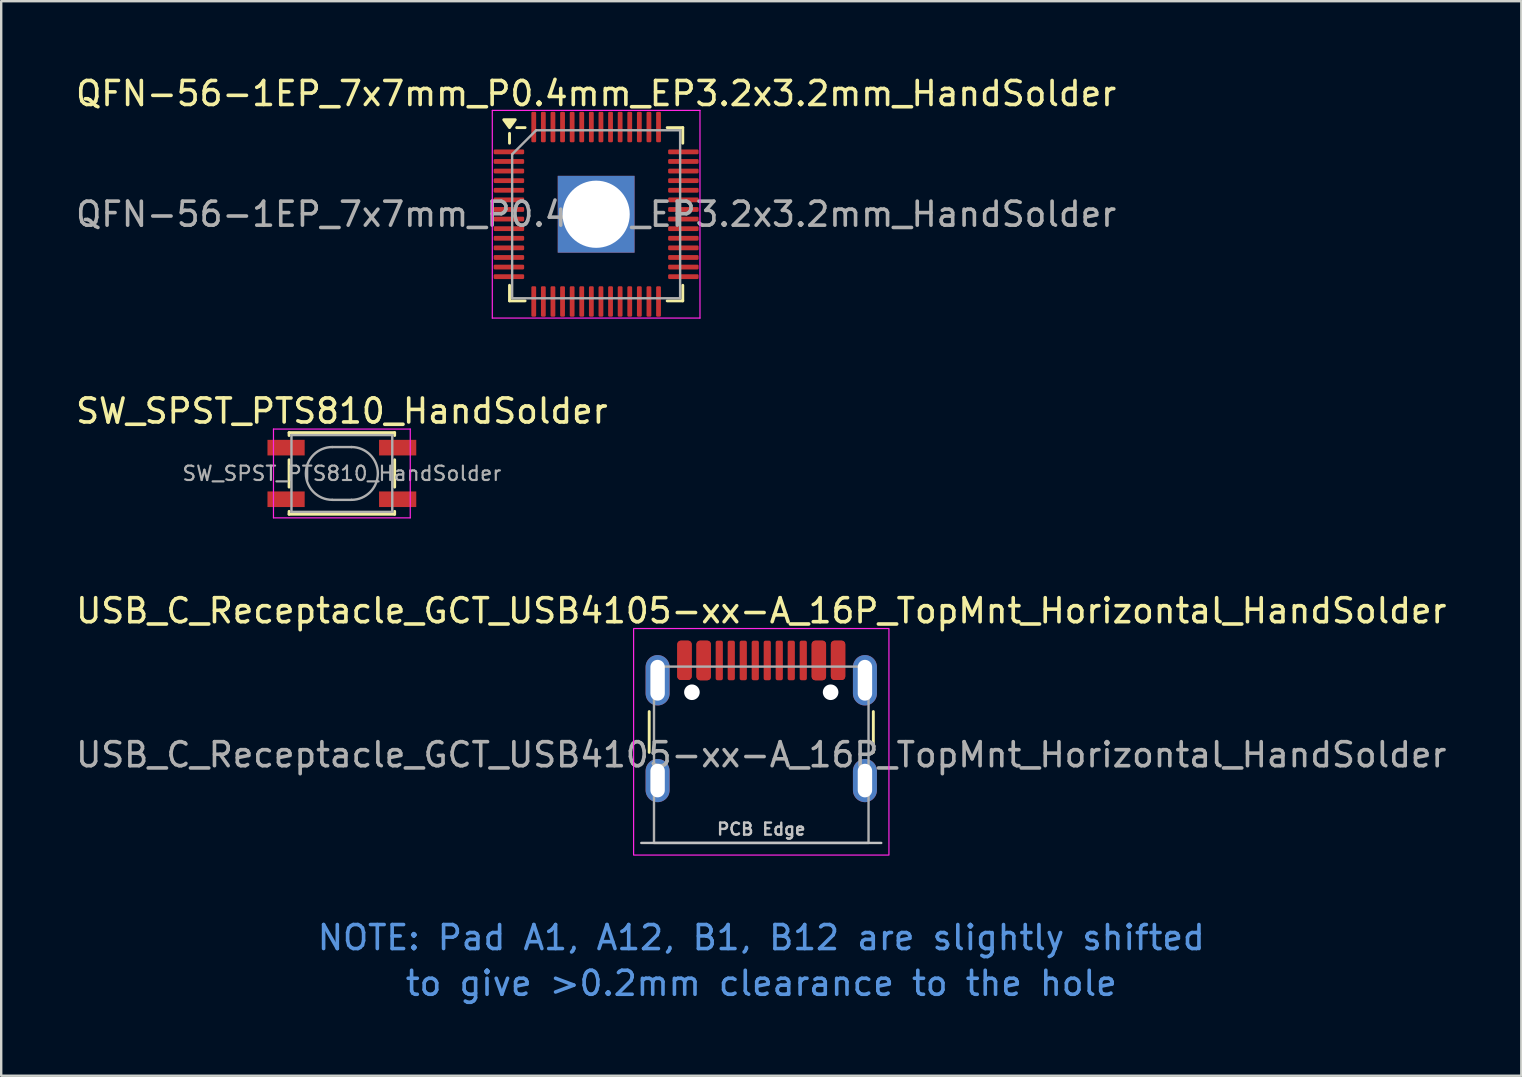
<source format=kicad_pcb>
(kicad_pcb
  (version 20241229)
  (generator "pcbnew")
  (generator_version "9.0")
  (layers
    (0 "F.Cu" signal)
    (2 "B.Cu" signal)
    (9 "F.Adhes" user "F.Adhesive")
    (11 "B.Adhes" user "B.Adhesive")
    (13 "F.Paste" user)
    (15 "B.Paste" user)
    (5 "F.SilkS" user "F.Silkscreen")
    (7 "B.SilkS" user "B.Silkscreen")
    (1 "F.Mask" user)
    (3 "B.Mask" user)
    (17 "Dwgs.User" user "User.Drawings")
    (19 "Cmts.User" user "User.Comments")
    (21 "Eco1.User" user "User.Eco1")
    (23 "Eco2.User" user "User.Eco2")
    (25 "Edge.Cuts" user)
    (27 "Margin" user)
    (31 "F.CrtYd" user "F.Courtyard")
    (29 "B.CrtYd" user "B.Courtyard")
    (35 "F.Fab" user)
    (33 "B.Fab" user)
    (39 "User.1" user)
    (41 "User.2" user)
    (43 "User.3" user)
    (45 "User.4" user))
  (footprint "USB_C_Receptacle_GCT_USB4105-xx-A_16P_TopMnt_Horizontal_HandSolder"
    (layer "F.Cu")
    (at 28.673 28.402)
    (property "Reference" "USB_C_Receptacle_GCT_USB4105-xx-A_16P_TopMnt_Horizontal_HandSolder" (at 0 -6 0) (unlocked yes) (layer "F.SilkS") (effects (font (size 1 1) (thickness 0.15))))
    (attr smd)
    (fp_line (start -4.67 -0.1) (end -4.67 -1.8) (stroke (width 0.12) (type solid)) (layer "F.SilkS"))
    (fp_line (start 4.67 -0.1) (end 4.67 -1.8) (stroke (width 0.12) (type solid)) (layer "F.SilkS"))
    (fp_line (start 5 3.675) (end -5 3.675) (stroke (width 0.1) (type solid)) (layer "Dwgs.User"))
    (fp_rect (start -5.32 -5.26) (end 5.32 4.18) (stroke (width 0.05) (type solid)) (fill no) (layer "F.CrtYd"))
    (fp_rect (start -4.47 -3.675) (end 4.47 3.675) (stroke (width 0.1) (type solid)) (fill no) (layer "F.Fab"))
    (fp_text user "PCB Edge" (at 0 3.1 0) (unlocked yes) (layer "Dwgs.User") (effects (font (size 0.5 0.5) (thickness 0.1))))
    (fp_text user "to give >0.2mm clearance to the hole" (at 0 9.525 0) (unlocked yes) (layer "Cmts.User") (effects (font (size 1 1) (thickness 0.15))))
    (fp_text user "NOTE: Pad A1, A12, B1, B12 are slightly shifted" (at 0 7.62 0) (unlocked yes) (layer "Cmts.User") (effects (font (size 1 1) (thickness 0.15))))
    (fp_text user "${REFERENCE}" (at 0 0 0) (unlocked yes) (layer "F.Fab") (effects (font (size 1 1) (thickness 0.15))))
    (pad "" np_thru_hole circle (at -2.89 -2.605) (size 0.65 0.65) (drill 0.65) (layers "*.Cu" "*.Mask"))
    (pad "" np_thru_hole circle (at 2.89 -2.605) (size 0.65 0.65) (drill 0.65) (layers "*.Cu" "*.Mask"))
    (pad "A1" smd roundrect (at -3.2 -3.935) (size 0.6 1.64) (layers "F.Cu" "F.Mask" "F.Paste") (roundrect_rratio 0.25))
    (pad "A4" smd roundrect (at -2.4 -3.93) (size 0.6 1.65) (layers "F.Cu" "F.Mask" "F.Paste") (roundrect_rratio 0.25))
    (pad "A5" smd roundrect (at -1.25 -3.93) (size 0.3 1.65) (layers "F.Cu" "F.Mask" "F.Paste") (roundrect_rratio 0.25))
    (pad "A6" smd roundrect (at -0.25 -3.93) (size 0.3 1.65) (layers "F.Cu" "F.Mask" "F.Paste") (roundrect_rratio 0.25))
    (pad "A7" smd roundrect (at 0.25 -3.93) (size 0.3 1.65) (layers "F.Cu" "F.Mask" "F.Paste") (roundrect_rratio 0.25))
    (pad "A8" smd roundrect (at 1.25 -3.93) (size 0.3 1.65) (layers "F.Cu" "F.Mask" "F.Paste") (roundrect_rratio 0.25))
    (pad "A9" smd roundrect (at 2.4 -3.93) (size 0.6 1.65) (layers "F.Cu" "F.Mask" "F.Paste") (roundrect_rratio 0.25))
    (pad "A12" smd roundrect (at 3.2 -3.935) (size 0.6 1.64) (layers "F.Cu" "F.Mask" "F.Paste") (roundrect_rratio 0.25))
    (pad "B1" smd roundrect (at 3.2 -3.935) (size 0.6 1.64) (layers "F.Cu" "F.Mask" "F.Paste") (roundrect_rratio 0.25))
    (pad "B4" smd roundrect (at 2.4 -3.93) (size 0.6 1.65) (layers "F.Cu" "F.Mask" "F.Paste") (roundrect_rratio 0.25))
    (pad "B5" smd roundrect (at 1.75 -3.93) (size 0.3 1.65) (layers "F.Cu" "F.Mask" "F.Paste") (roundrect_rratio 0.25))
    (pad "B6" smd roundrect (at 0.75 -3.93) (size 0.3 1.65) (layers "F.Cu" "F.Mask" "F.Paste") (roundrect_rratio 0.25))
    (pad "B7" smd roundrect (at -0.75 -3.93) (size 0.3 1.65) (layers "F.Cu" "F.Mask" "F.Paste") (roundrect_rratio 0.25))
    (pad "B8" smd roundrect (at -1.75 -3.93) (size 0.3 1.65) (layers "F.Cu" "F.Mask" "F.Paste") (roundrect_rratio 0.25))
    (pad "B9" smd roundrect (at -2.4 -3.93) (size 0.6 1.65) (layers "F.Cu" "F.Mask" "F.Paste") (roundrect_rratio 0.25))
    (pad "B12" smd roundrect (at -3.2 -3.935) (size 0.6 1.64) (layers "F.Cu" "F.Mask" "F.Paste") (roundrect_rratio 0.25))
    (pad "S1" thru_hole oval (at -4.32 -3.105) (size 1 2.1) (drill oval 0.6 1.7) (layers "*.Cu" "*.Mask"))
    (pad "S1" thru_hole oval (at -4.32 1.075) (size 1 1.8) (drill oval 0.6 1.4) (layers "*.Cu" "*.Mask"))
    (pad "S1" thru_hole oval (at 4.32 -3.105) (size 1 2.1) (drill oval 0.6 1.7) (layers "*.Cu" "*.Mask"))
    (pad "S1" thru_hole oval (at 4.32 1.075) (size 1 1.8) (drill oval 0.6 1.4) (layers "*.Cu" "*.Mask")))
  (footprint "SW_SPST_PTS810_HandSolder"
    (layer "F.Cu")
    (at 11.196 16.679)
    (property "Reference" "SW_SPST_PTS810_HandSolder" (at 0 -2.6 0) (layer "F.SilkS") (effects (font (size 1 1) (thickness 0.15))))
    (attr smd)
    (fp_line (start -2.2 -1.7) (end -2.2 -1.58) (stroke (width 0.12) (type solid)) (layer "F.SilkS"))
    (fp_line (start -2.2 -0.57) (end -2.2 0.57) (stroke (width 0.12) (type solid)) (layer "F.SilkS"))
    (fp_line (start -2.2 1.58) (end -2.2 1.7) (stroke (width 0.12) (type solid)) (layer "F.SilkS"))
    (fp_line (start -2.2 1.7) (end 2.2 1.7) (stroke (width 0.12) (type solid)) (layer "F.SilkS"))
    (fp_line (start 2.2 -1.7) (end -2.2 -1.7) (stroke (width 0.12) (type solid)) (layer "F.SilkS"))
    (fp_line (start 2.2 -1.58) (end 2.2 -1.7) (stroke (width 0.12) (type solid)) (layer "F.SilkS"))
    (fp_line (start 2.2 0.57) (end 2.2 -0.57) (stroke (width 0.12) (type solid)) (layer "F.SilkS"))
    (fp_line (start 2.2 1.7) (end 2.2 1.58) (stroke (width 0.12) (type solid)) (layer "F.SilkS"))
    (fp_line (start -2.85 -1.85) (end 2.85 -1.85) (stroke (width 0.05) (type solid)) (layer "F.CrtYd"))
    (fp_line (start -2.85 1.85) (end -2.85 -1.85) (stroke (width 0.05) (type solid)) (layer "F.CrtYd"))
    (fp_line (start 2.85 -1.85) (end 2.85 1.85) (stroke (width 0.05) (type solid)) (layer "F.CrtYd"))
    (fp_line (start 2.85 1.85) (end -2.85 1.85) (stroke (width 0.05) (type solid)) (layer "F.CrtYd"))
    (fp_line (start -2.1 -1.6) (end -2.1 1.6) (stroke (width 0.1) (type solid)) (layer "F.Fab"))
    (fp_line (start -2.1 1.6) (end 2.1 1.6) (stroke (width 0.1) (type solid)) (layer "F.Fab"))
    (fp_line (start -0.4 -1.1) (end 0.4 -1.1) (stroke (width 0.1) (type solid)) (layer "F.Fab"))
    (fp_line (start 0.4 1.1) (end -0.4 1.1) (stroke (width 0.1) (type solid)) (layer "F.Fab"))
    (fp_line (start 2.1 -1.6) (end -2.1 -1.6) (stroke (width 0.1) (type solid)) (layer "F.Fab"))
    (fp_line (start 2.1 1.6) (end 2.1 -1.6) (stroke (width 0.1) (type solid)) (layer "F.Fab"))
    (fp_arc (start -0.4 1.1) (mid -1.5 0) (end -0.4 -1.1) (stroke (width 0.1) (type solid)) (layer "F.Fab"))
    (fp_arc (start 0.4 -1.1) (mid 1.5 0) (end 0.4 1.1) (stroke (width 0.1) (type solid)) (layer "F.Fab"))
    (fp_text user "${REFERENCE}" (at 0 0 0) (layer "F.Fab") (effects (font (size 0.6 0.6) (thickness 0.09))))
    (pad "1" smd rect (at -2.325 -1.075) (size 1.55 0.65) (layers "F.Cu" "F.Mask" "F.Paste"))
    (pad "1" smd rect (at 2.325 -1.075) (size 1.55 0.65) (layers "F.Cu" "F.Mask" "F.Paste"))
    (pad "2" smd rect (at -2.325 1.075) (size 1.55 0.65) (layers "F.Cu" "F.Mask" "F.Paste"))
    (pad "2" smd rect (at 2.325 1.075) (size 1.55 0.65) (layers "F.Cu" "F.Mask" "F.Paste")))
  (footprint "QFN-56-1EP_7x7mm_P0.4mm_EP3.2x3.2mm_HandSolder"
    (layer "F.Cu")
    (at 21.792 5.878)
    (property "Reference" "QFN-56-1EP_7x7mm_P0.4mm_EP3.2x3.2mm_HandSolder" (at 0 -5.03 0) (layer "F.SilkS") (effects (font (size 1 1) (thickness 0.15))))
    (attr smd)
    (fp_line (start -3.61 -2.96) (end -3.61 -3.37) (stroke (width 0.12) (type solid)) (layer "F.SilkS"))
    (fp_line (start -3.61 3.61) (end -3.61 2.96) (stroke (width 0.12) (type solid)) (layer "F.SilkS"))
    (fp_line (start -2.96 -3.61) (end -3.31 -3.61) (stroke (width 0.12) (type solid)) (layer "F.SilkS"))
    (fp_line (start -2.96 3.61) (end -3.61 3.61) (stroke (width 0.12) (type solid)) (layer "F.SilkS"))
    (fp_line (start 2.96 -3.61) (end 3.61 -3.61) (stroke (width 0.12) (type solid)) (layer "F.SilkS"))
    (fp_line (start 2.96 3.61) (end 3.61 3.61) (stroke (width 0.12) (type solid)) (layer "F.SilkS"))
    (fp_line (start 3.61 -3.61) (end 3.61 -2.96) (stroke (width 0.12) (type solid)) (layer "F.SilkS"))
    (fp_line (start 3.61 3.61) (end 3.61 2.96) (stroke (width 0.12) (type solid)) (layer "F.SilkS"))
    (fp_poly (pts (xy -3.61 -3.61) (xy -3.85 -3.94) (xy -3.37 -3.94) (xy -3.61 -3.61)) (stroke (width 0.12) (type solid)) (fill yes) (layer "F.SilkS"))
    (fp_line (start -4.327 -4.327) (end -4.327 4.327) (stroke (width 0.05) (type solid)) (layer "F.CrtYd"))
    (fp_line (start -4.327 4.327) (end 4.327 4.327) (stroke (width 0.05) (type solid)) (layer "F.CrtYd"))
    (fp_line (start 4.327 -4.327) (end -4.327 -4.327) (stroke (width 0.05) (type solid)) (layer "F.CrtYd"))
    (fp_line (start 4.327 4.327) (end 4.327 -4.327) (stroke (width 0.05) (type solid)) (layer "F.CrtYd"))
    (fp_line (start -3.5 -2.5) (end -2.5 -3.5) (stroke (width 0.1) (type solid)) (layer "F.Fab"))
    (fp_line (start -3.5 3.5) (end -3.5 -2.5) (stroke (width 0.1) (type solid)) (layer "F.Fab"))
    (fp_line (start -2.5 -3.5) (end 3.5 -3.5) (stroke (width 0.1) (type solid)) (layer "F.Fab"))
    (fp_line (start 3.5 -3.5) (end 3.5 3.5) (stroke (width 0.1) (type solid)) (layer "F.Fab"))
    (fp_line (start 3.5 3.5) (end -3.5 3.5) (stroke (width 0.1) (type solid)) (layer "F.Fab"))
    (fp_text user "${REFERENCE}" (at 0 0 0) (layer "F.Fab") (effects (font (size 1 1) (thickness 0.15))))
    (pad "1" smd roundrect (at -3.635 -2.6) (size 1.27 0.2) (layers "F.Cu" "F.Mask" "F.Paste") (roundrect_rratio 0.25))
    (pad "2" smd roundrect (at -3.635 -2.2) (size 1.27 0.2) (layers "F.Cu" "F.Mask" "F.Paste") (roundrect_rratio 0.25))
    (pad "3" smd roundrect (at -3.635 -1.8) (size 1.27 0.2) (layers "F.Cu" "F.Mask" "F.Paste") (roundrect_rratio 0.25))
    (pad "4" smd roundrect (at -3.635 -1.4) (size 1.27 0.2) (layers "F.Cu" "F.Mask" "F.Paste") (roundrect_rratio 0.25))
    (pad "5" smd roundrect (at -3.635 -1) (size 1.27 0.2) (layers "F.Cu" "F.Mask" "F.Paste") (roundrect_rratio 0.25))
    (pad "6" smd roundrect (at -3.635 -0.6) (size 1.27 0.2) (layers "F.Cu" "F.Mask" "F.Paste") (roundrect_rratio 0.25))
    (pad "7" smd roundrect (at -3.635 -0.2) (size 1.27 0.2) (layers "F.Cu" "F.Mask" "F.Paste") (roundrect_rratio 0.25))
    (pad "8" smd roundrect (at -3.635 0.2) (size 1.27 0.2) (layers "F.Cu" "F.Mask" "F.Paste") (roundrect_rratio 0.25))
    (pad "9" smd roundrect (at -3.635 0.6) (size 1.27 0.2) (layers "F.Cu" "F.Mask" "F.Paste") (roundrect_rratio 0.25))
    (pad "10" smd roundrect (at -3.635 1) (size 1.27 0.2) (layers "F.Cu" "F.Mask" "F.Paste") (roundrect_rratio 0.25))
    (pad "11" smd roundrect (at -3.635 1.4) (size 1.27 0.2) (layers "F.Cu" "F.Mask" "F.Paste") (roundrect_rratio 0.25))
    (pad "12" smd roundrect (at -3.635 1.8) (size 1.27 0.2) (layers "F.Cu" "F.Mask" "F.Paste") (roundrect_rratio 0.25))
    (pad "13" smd roundrect (at -3.635 2.2) (size 1.27 0.2) (layers "F.Cu" "F.Mask" "F.Paste") (roundrect_rratio 0.25))
    (pad "14" smd roundrect (at -3.635 2.6) (size 1.27 0.2) (layers "F.Cu" "F.Mask" "F.Paste") (roundrect_rratio 0.25))
    (pad "15" smd roundrect (at -2.6 3.635) (size 0.2 1.27) (layers "F.Cu" "F.Mask" "F.Paste") (roundrect_rratio 0.25))
    (pad "16" smd roundrect (at -2.2 3.635) (size 0.2 1.27) (layers "F.Cu" "F.Mask" "F.Paste") (roundrect_rratio 0.25))
    (pad "17" smd roundrect (at -1.8 3.635) (size 0.2 1.27) (layers "F.Cu" "F.Mask" "F.Paste") (roundrect_rratio 0.25))
    (pad "18" smd roundrect (at -1.4 3.635) (size 0.2 1.27) (layers "F.Cu" "F.Mask" "F.Paste") (roundrect_rratio 0.25))
    (pad "19" smd roundrect (at -1 3.635) (size 0.2 1.27) (layers "F.Cu" "F.Mask" "F.Paste") (roundrect_rratio 0.25))
    (pad "20" smd roundrect (at -0.6 3.635) (size 0.2 1.27) (layers "F.Cu" "F.Mask" "F.Paste") (roundrect_rratio 0.25))
    (pad "21" smd roundrect (at -0.2 3.635) (size 0.2 1.27) (layers "F.Cu" "F.Mask" "F.Paste") (roundrect_rratio 0.25))
    (pad "22" smd roundrect (at 0.2 3.635) (size 0.2 1.27) (layers "F.Cu" "F.Mask" "F.Paste") (roundrect_rratio 0.25))
    (pad "23" smd roundrect (at 0.6 3.635) (size 0.2 1.27) (layers "F.Cu" "F.Mask" "F.Paste") (roundrect_rratio 0.25))
    (pad "24" smd roundrect (at 1 3.635) (size 0.2 1.27) (layers "F.Cu" "F.Mask" "F.Paste") (roundrect_rratio 0.25))
    (pad "25" smd roundrect (at 1.4 3.635) (size 0.2 1.27) (layers "F.Cu" "F.Mask" "F.Paste") (roundrect_rratio 0.25))
    (pad "26" smd roundrect (at 1.8 3.635) (size 0.2 1.27) (layers "F.Cu" "F.Mask" "F.Paste") (roundrect_rratio 0.25))
    (pad "27" smd roundrect (at 2.2 3.635) (size 0.2 1.27) (layers "F.Cu" "F.Mask" "F.Paste") (roundrect_rratio 0.25))
    (pad "28" smd roundrect (at 2.6 3.635) (size 0.2 1.27) (layers "F.Cu" "F.Mask" "F.Paste") (roundrect_rratio 0.25))
    (pad "29" smd roundrect (at 3.635 2.6) (size 1.27 0.2) (layers "F.Cu" "F.Mask" "F.Paste") (roundrect_rratio 0.25))
    (pad "30" smd roundrect (at 3.635 2.2) (size 1.27 0.2) (layers "F.Cu" "F.Mask" "F.Paste") (roundrect_rratio 0.25))
    (pad "31" smd roundrect (at 3.635 1.8) (size 1.27 0.2) (layers "F.Cu" "F.Mask" "F.Paste") (roundrect_rratio 0.25))
    (pad "32" smd roundrect (at 3.635 1.4) (size 1.27 0.2) (layers "F.Cu" "F.Mask" "F.Paste") (roundrect_rratio 0.25))
    (pad "33" smd roundrect (at 3.635 1) (size 1.27 0.2) (layers "F.Cu" "F.Mask" "F.Paste") (roundrect_rratio 0.25))
    (pad "34" smd roundrect (at 3.635 0.6) (size 1.27 0.2) (layers "F.Cu" "F.Mask" "F.Paste") (roundrect_rratio 0.25))
    (pad "35" smd roundrect (at 3.635 0.2) (size 1.27 0.2) (layers "F.Cu" "F.Mask" "F.Paste") (roundrect_rratio 0.25))
    (pad "36" smd roundrect (at 3.635 -0.2) (size 1.27 0.2) (layers "F.Cu" "F.Mask" "F.Paste") (roundrect_rratio 0.25))
    (pad "37" smd roundrect (at 3.635 -0.6) (size 1.27 0.2) (layers "F.Cu" "F.Mask" "F.Paste") (roundrect_rratio 0.25))
    (pad "38" smd roundrect (at 3.635 -1) (size 1.27 0.2) (layers "F.Cu" "F.Mask" "F.Paste") (roundrect_rratio 0.25))
    (pad "39" smd roundrect (at 3.635 -1.4) (size 1.27 0.2) (layers "F.Cu" "F.Mask" "F.Paste") (roundrect_rratio 0.25))
    (pad "40" smd roundrect (at 3.635 -1.8) (size 1.27 0.2) (layers "F.Cu" "F.Mask" "F.Paste") (roundrect_rratio 0.25))
    (pad "41" smd roundrect (at 3.635 -2.2) (size 1.27 0.2) (layers "F.Cu" "F.Mask" "F.Paste") (roundrect_rratio 0.25))
    (pad "42" smd roundrect (at 3.635 -2.6) (size 1.27 0.2) (layers "F.Cu" "F.Mask" "F.Paste") (roundrect_rratio 0.25))
    (pad "43" smd roundrect (at 2.6 -3.635) (size 0.2 1.27) (layers "F.Cu" "F.Mask" "F.Paste") (roundrect_rratio 0.25))
    (pad "44" smd roundrect (at 2.2 -3.635) (size 0.2 1.27) (layers "F.Cu" "F.Mask" "F.Paste") (roundrect_rratio 0.25))
    (pad "45" smd roundrect (at 1.8 -3.635) (size 0.2 1.27) (layers "F.Cu" "F.Mask" "F.Paste") (roundrect_rratio 0.25))
    (pad "46" smd roundrect (at 1.4 -3.635) (size 0.2 1.27) (layers "F.Cu" "F.Mask" "F.Paste") (roundrect_rratio 0.25))
    (pad "47" smd roundrect (at 1 -3.635) (size 0.2 1.27) (layers "F.Cu" "F.Mask" "F.Paste") (roundrect_rratio 0.25))
    (pad "48" smd roundrect (at 0.6 -3.635) (size 0.2 1.27) (layers "F.Cu" "F.Mask" "F.Paste") (roundrect_rratio 0.25))
    (pad "49" smd roundrect (at 0.2 -3.635) (size 0.2 1.27) (layers "F.Cu" "F.Mask" "F.Paste") (roundrect_rratio 0.25))
    (pad "50" smd roundrect (at -0.2 -3.635) (size 0.2 1.27) (layers "F.Cu" "F.Mask" "F.Paste") (roundrect_rratio 0.25))
    (pad "51" smd roundrect (at -0.6 -3.635) (size 0.2 1.27) (layers "F.Cu" "F.Mask" "F.Paste") (roundrect_rratio 0.25))
    (pad "52" smd roundrect (at -1 -3.635) (size 0.2 1.27) (layers "F.Cu" "F.Mask" "F.Paste") (roundrect_rratio 0.25))
    (pad "53" smd roundrect (at -1.4 -3.635) (size 0.2 1.27) (layers "F.Cu" "F.Mask" "F.Paste") (roundrect_rratio 0.25))
    (pad "54" smd roundrect (at -1.8 -3.635) (size 0.2 1.27) (layers "F.Cu" "F.Mask" "F.Paste") (roundrect_rratio 0.25))
    (pad "55" smd roundrect (at -2.2 -3.635) (size 0.2 1.27) (layers "F.Cu" "F.Mask" "F.Paste") (roundrect_rratio 0.25))
    (pad "56" smd roundrect (at -2.6 -3.635) (size 0.2 1.27) (layers "F.Cu" "F.Mask" "F.Paste") (roundrect_rratio 0.25))
    (pad "57" thru_hole rect (at 0 0) (size 3.2 3.2) (drill 2.8) (property pad_prop_heatsink) (layers "*.Cu" "*.Mask")))
  (gr_rect
    (start -3 -3)
    (end 60.345 41.776)
    (stroke (width 0.1) (type default))
    (fill no)
    (layer "Edge.Cuts")))
</source>
